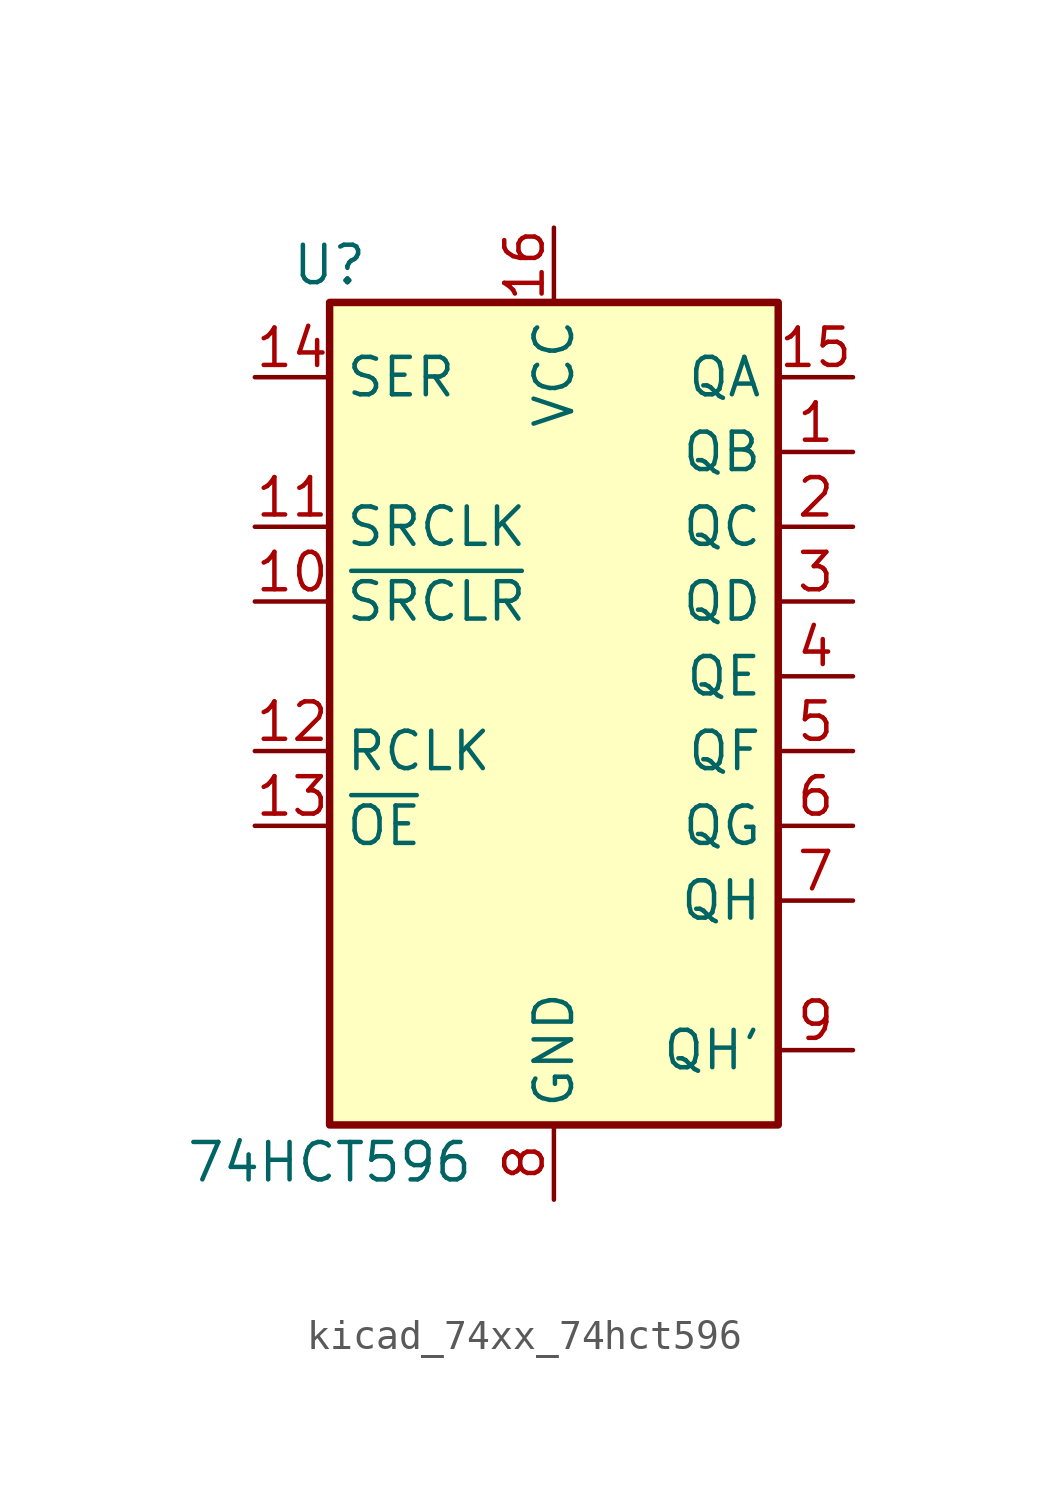
<source format=kicad_sym>
(kicad_symbol_lib
  (version 20220914)
  (generator kicad_symbol_editor)
  (symbol "kicad_74xx_74hct596"
    (property "Reference" "U"
      (at -7.62 13.97 0)
      (effects (font (size 1.27 1.27))))
    (property "Value" "74HCT596"
      (at -7.62 -16.51 0)
      (effects (font (size 1.27 1.27))))
    (symbol "kicad_74xx_74hct596_1_0"
      (pin open_collector line (at 10.16 7.62 180) (length 2.54) (name "QB" (effects (font (size 1.27 1.27)))) (number "1" (effects (font (size 1.27 1.27)))))
      (pin input line (at -10.16 2.54 0) (length 2.54) (name "~{SRCLR}" (effects (font (size 1.27 1.27)))) (number "10" (effects (font (size 1.27 1.27)))))
      (pin input line (at -10.16 5.08 0) (length 2.54) (name "SRCLK" (effects (font (size 1.27 1.27)))) (number "11" (effects (font (size 1.27 1.27)))))
      (pin input line (at -10.16 -2.54 0) (length 2.54) (name "RCLK" (effects (font (size 1.27 1.27)))) (number "12" (effects (font (size 1.27 1.27)))))
      (pin input line (at -10.16 -5.08 0) (length 2.54) (name "~{OE}" (effects (font (size 1.27 1.27)))) (number "13" (effects (font (size 1.27 1.27)))))
      (pin input line (at -10.16 10.16 0) (length 2.54) (name "SER" (effects (font (size 1.27 1.27)))) (number "14" (effects (font (size 1.27 1.27)))))
      (pin open_collector line (at 10.16 10.16 180) (length 2.54) (name "QA" (effects (font (size 1.27 1.27)))) (number "15" (effects (font (size 1.27 1.27)))))
      (pin power_in line (at 0 15.24 270) (length 2.54) (name "VCC" (effects (font (size 1.27 1.27)))) (number "16" (effects (font (size 1.27 1.27)))))
      (pin open_collector line (at 10.16 5.08 180) (length 2.54) (name "QC" (effects (font (size 1.27 1.27)))) (number "2" (effects (font (size 1.27 1.27)))))
      (pin open_collector line (at 10.16 2.54 180) (length 2.54) (name "QD" (effects (font (size 1.27 1.27)))) (number "3" (effects (font (size 1.27 1.27)))))
      (pin open_collector line (at 10.16 0 180) (length 2.54) (name "QE" (effects (font (size 1.27 1.27)))) (number "4" (effects (font (size 1.27 1.27)))))
      (pin open_collector line (at 10.16 -2.54 180) (length 2.54) (name "QF" (effects (font (size 1.27 1.27)))) (number "5" (effects (font (size 1.27 1.27)))))
      (pin open_collector line (at 10.16 -5.08 180) (length 2.54) (name "QG" (effects (font (size 1.27 1.27)))) (number "6" (effects (font (size 1.27 1.27)))))
      (pin open_collector line (at 10.16 -7.62 180) (length 2.54) (name "QH" (effects (font (size 1.27 1.27)))) (number "7" (effects (font (size 1.27 1.27)))))
      (pin power_in line (at 0 -17.78 90) (length 2.54) (name "GND" (effects (font (size 1.27 1.27)))) (number "8" (effects (font (size 1.27 1.27)))))
      (pin output line (at 10.16 -12.7 180) (length 2.54) (name "QH'" (effects (font (size 1.27 1.27)))) (number "9" (effects (font (size 1.27 1.27))))))
    (symbol "kicad_74xx_74hct596_1_1"
      (rectangle (start -7.62 12.7) (end 7.62 -15.24) (stroke (width 0.254) (type default)) (fill (type background))))))
</source>
